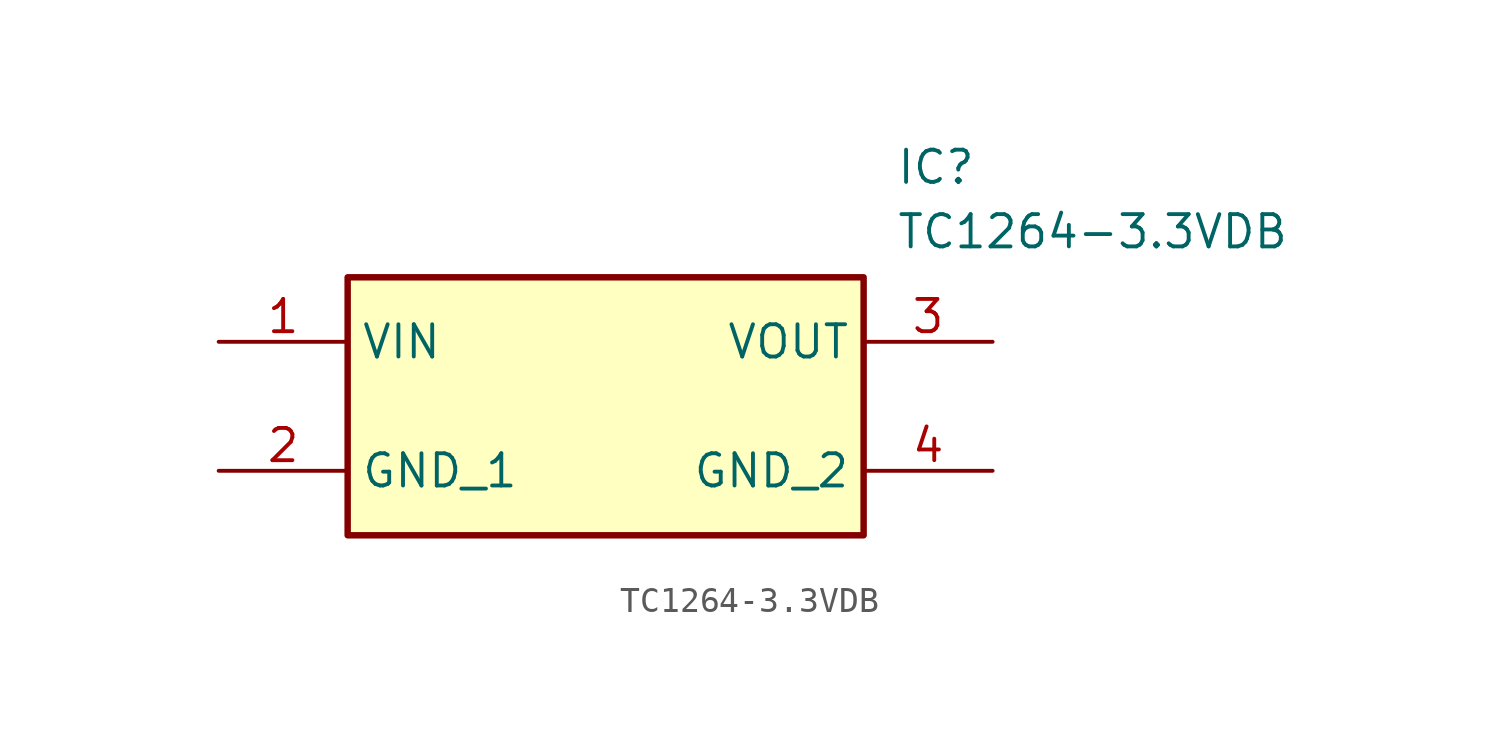
<source format=kicad_sym>
(kicad_symbol_lib
  (version 20220914)
  (generator kicad_symbol_editor)
  (symbol "TC1264-3.3VDB"
    (property "Reference" "IC"
      (at 26.67 7.62 0)
      (effects (font (size 1.27 1.27)) (justify left top)))
    (property "Value" "TC1264-3.3VDB"
      (at 26.67 5.08 0)
      (effects (font (size 1.27 1.27)) (justify left top)))
    (symbol "TC1264-3.3VDB_1_1"
      (rectangle (start 5.08 2.54) (end 25.4 -7.62) (stroke (width 0.254) (type default)) (fill (type background)))
      (pin power_out line (at 0 0 0) (length 5.08) (name "VIN" (effects (font (size 1.27 1.27)))) (number "1" (effects (font (size 1.27 1.27)))))
      (pin power_in line (at 0 -5.08 0) (length 5.08) (name "GND_1" (effects (font (size 1.27 1.27)))) (number "2" (effects (font (size 1.27 1.27)))))
      (pin power_out line (at 30.48 0 180) (length 5.08) (name "VOUT" (effects (font (size 1.27 1.27)))) (number "3" (effects (font (size 1.27 1.27)))))
      (pin power_in line (at 30.48 -5.08 180) (length 5.08) (name "GND_2" (effects (font (size 1.27 1.27)))) (number "4" (effects (font (size 1.27 1.27))))))))
</source>
